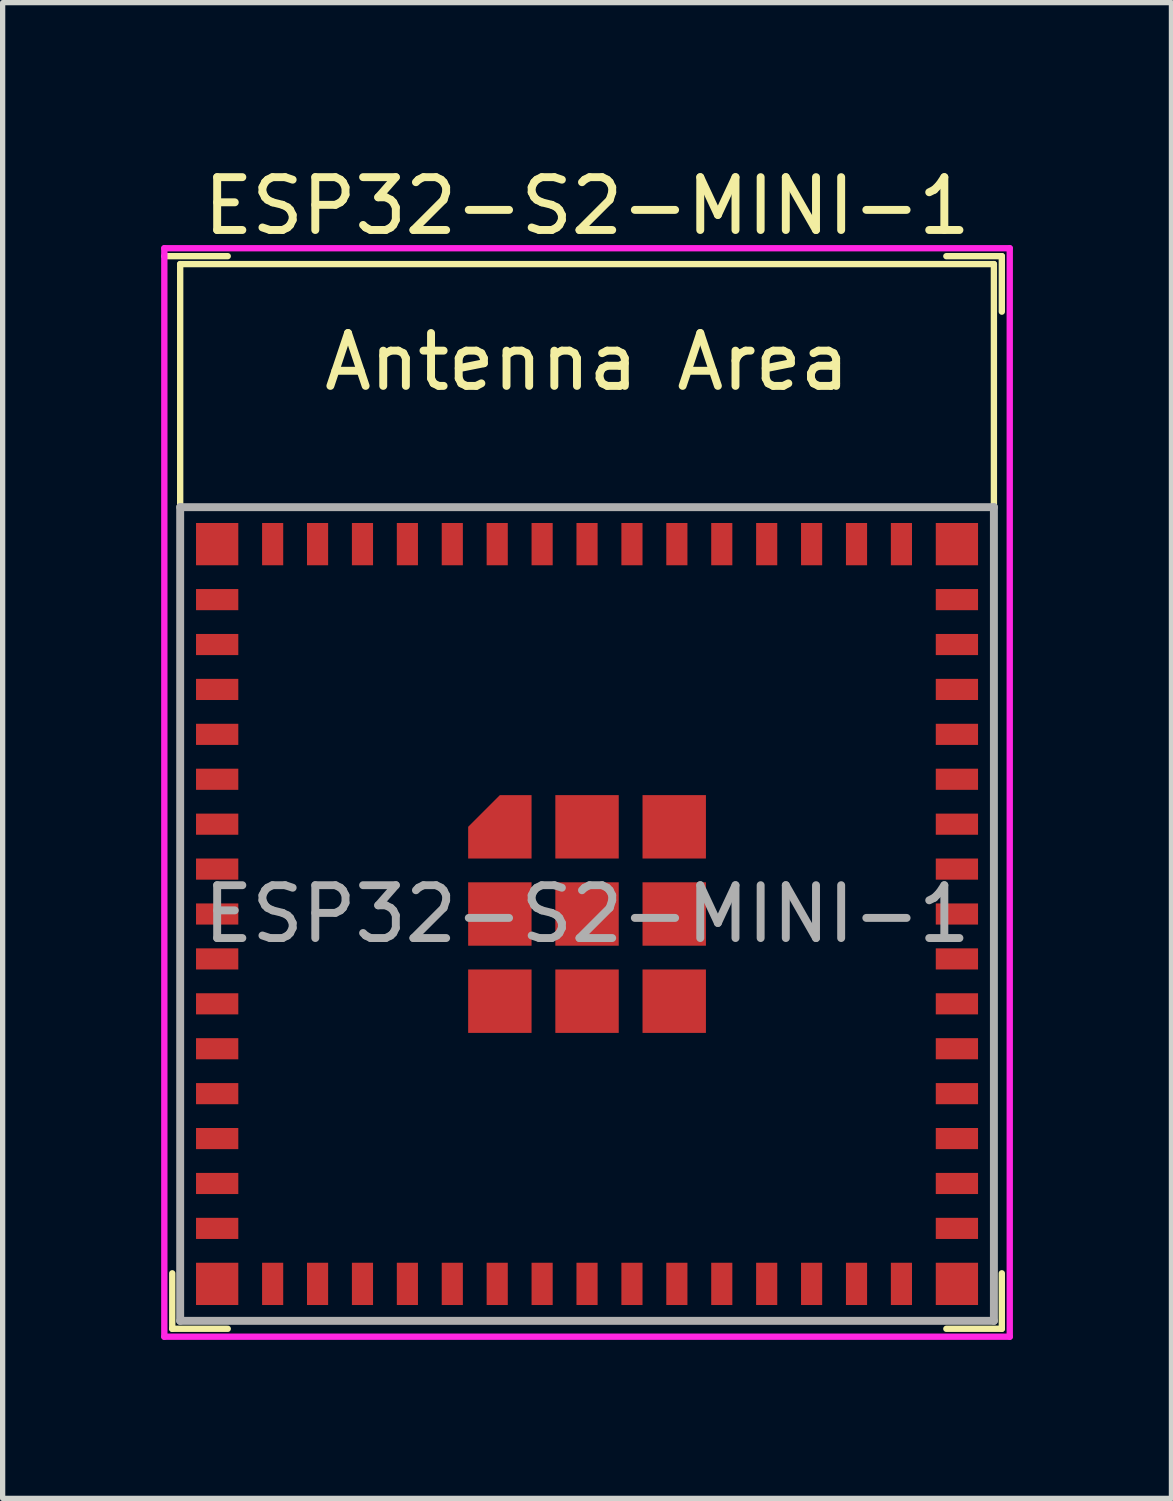
<source format=kicad_pcb>
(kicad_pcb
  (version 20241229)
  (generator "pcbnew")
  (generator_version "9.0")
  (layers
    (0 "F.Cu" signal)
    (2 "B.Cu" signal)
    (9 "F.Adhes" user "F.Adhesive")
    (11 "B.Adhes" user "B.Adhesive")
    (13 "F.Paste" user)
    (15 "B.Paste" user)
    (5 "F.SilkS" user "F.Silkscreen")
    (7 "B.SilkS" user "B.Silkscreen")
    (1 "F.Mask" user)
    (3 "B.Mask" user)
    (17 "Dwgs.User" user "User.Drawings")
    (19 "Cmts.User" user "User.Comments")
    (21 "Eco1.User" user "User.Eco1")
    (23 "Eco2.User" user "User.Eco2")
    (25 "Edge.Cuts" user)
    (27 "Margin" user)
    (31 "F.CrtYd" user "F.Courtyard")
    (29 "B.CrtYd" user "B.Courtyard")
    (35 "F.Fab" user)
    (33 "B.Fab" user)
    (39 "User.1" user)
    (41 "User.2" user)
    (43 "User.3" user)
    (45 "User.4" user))
  (footprint "ESP32-S2-MINI-1"
    (layer "F.Cu")
    (at 8.06 14.248)
    (property "Reference" "ESP32-S2-MINI-1" (at 0 -13.4 0) (layer "F.SilkS") (effects (font (size 1 1) (thickness 0.15))))
    (attr smd)
    (fp_line (start -7.85 7.85) (end -7.85 6.8) (stroke (width 0.12) (type solid)) (layer "F.SilkS"))
    (fp_line (start -7.7 -12.3) (end -7.7 -7.7) (stroke (width 0.12) (type solid)) (layer "F.SilkS"))
    (fp_line (start -7.7 -12.3) (end 7.7 -12.3) (stroke (width 0.12) (type solid)) (layer "F.SilkS"))
    (fp_line (start -7.7 7.7) (end -7.7 -7.7) (stroke (width 0.12) (type solid)) (layer "F.SilkS"))
    (fp_line (start -6.8 -12.45) (end -8 -12.45) (stroke (width 0.12) (type solid)) (layer "F.SilkS"))
    (fp_line (start -6.8 7.85) (end -7.85 7.85) (stroke (width 0.12) (type solid)) (layer "F.SilkS"))
    (fp_line (start 6.8 -12.45) (end 7.85 -12.45) (stroke (width 0.12) (type solid)) (layer "F.SilkS"))
    (fp_line (start 6.8 7.85) (end 7.85 7.85) (stroke (width 0.12) (type solid)) (layer "F.SilkS"))
    (fp_line (start 7.7 -12.3) (end 7.7 -7.7) (stroke (width 0.12) (type solid)) (layer "F.SilkS"))
    (fp_line (start 7.7 -7.7) (end 7.7 7.7) (stroke (width 0.12) (type solid)) (layer "F.SilkS"))
    (fp_line (start 7.7 7.7) (end -7.7 7.7) (stroke (width 0.12) (type solid)) (layer "F.SilkS"))
    (fp_line (start 7.85 -12.45) (end 7.85 -11.4) (stroke (width 0.12) (type solid)) (layer "F.SilkS"))
    (fp_line (start 7.85 7.85) (end 7.85 6.8) (stroke (width 0.12) (type solid)) (layer "F.SilkS"))
    (fp_line (start -8 -12.6) (end -8 8) (stroke (width 0.12) (type solid)) (layer "F.CrtYd"))
    (fp_line (start -8 8) (end 8 8) (stroke (width 0.12) (type solid)) (layer "F.CrtYd"))
    (fp_line (start 8 -12.6) (end -8 -12.6) (stroke (width 0.12) (type solid)) (layer "F.CrtYd"))
    (fp_line (start 8 8) (end 8 -12.6) (stroke (width 0.12) (type solid)) (layer "F.CrtYd"))
    (fp_line (start -7.7 -7.7) (end -7.7 7.7) (stroke (width 0.15) (type solid)) (layer "F.Fab"))
    (fp_line (start -7.7 7.7) (end 7.7 7.7) (stroke (width 0.15) (type solid)) (layer "F.Fab"))
    (fp_line (start 7.7 -7.7) (end -7.7 -7.7) (stroke (width 0.15) (type solid)) (layer "F.Fab"))
    (fp_line (start 7.7 7.7) (end 7.7 -7.7) (stroke (width 0.15) (type solid)) (layer "F.Fab"))
    (fp_text user "Antenna Area" (at 0 -10.45 0) (layer "F.SilkS") (effects (font (size 1 1) (thickness 0.15))))
    (fp_text user "${REFERENCE}" (at 0 0 0) (layer "F.Fab") (effects (font (size 1 1) (thickness 0.15))))
    (pad "1" smd rect (at -7 -5.95 90) (size 0.4 0.8) (layers "F.Cu" "F.Mask" "F.Paste"))
    (pad "2" smd rect (at -7 -5.1 90) (size 0.4 0.8) (layers "F.Cu" "F.Mask" "F.Paste"))
    (pad "3" smd rect (at -7 -4.25 90) (size 0.4 0.8) (layers "F.Cu" "F.Mask" "F.Paste"))
    (pad "4" smd rect (at -7 -3.4 90) (size 0.4 0.8) (layers "F.Cu" "F.Mask" "F.Paste"))
    (pad "5" smd rect (at -7 -2.55 90) (size 0.4 0.8) (layers "F.Cu" "F.Mask" "F.Paste"))
    (pad "6" smd rect (at -7 -1.7 90) (size 0.4 0.8) (layers "F.Cu" "F.Mask" "F.Paste"))
    (pad "7" smd rect (at -7 -0.85 90) (size 0.4 0.8) (layers "F.Cu" "F.Mask" "F.Paste"))
    (pad "8" smd rect (at -7 0 90) (size 0.4 0.8) (layers "F.Cu" "F.Mask" "F.Paste"))
    (pad "9" smd rect (at -7 0.85 90) (size 0.4 0.8) (layers "F.Cu" "F.Mask" "F.Paste"))
    (pad "10" smd rect (at -7 1.7 90) (size 0.4 0.8) (layers "F.Cu" "F.Mask" "F.Paste"))
    (pad "11" smd rect (at -7 2.55 90) (size 0.4 0.8) (layers "F.Cu" "F.Mask" "F.Paste"))
    (pad "12" smd rect (at -7 3.4 90) (size 0.4 0.8) (layers "F.Cu" "F.Mask" "F.Paste"))
    (pad "13" smd rect (at -7 4.25 90) (size 0.4 0.8) (layers "F.Cu" "F.Mask" "F.Paste"))
    (pad "14" smd rect (at -7 5.1 90) (size 0.4 0.8) (layers "F.Cu" "F.Mask" "F.Paste"))
    (pad "15" smd rect (at -7 5.95 90) (size 0.4 0.8) (layers "F.Cu" "F.Mask" "F.Paste"))
    (pad "16" smd rect (at -5.95 7) (size 0.4 0.8) (layers "F.Cu" "F.Mask" "F.Paste"))
    (pad "17" smd rect (at -5.1 7) (size 0.4 0.8) (layers "F.Cu" "F.Mask" "F.Paste"))
    (pad "18" smd rect (at -4.25 7) (size 0.4 0.8) (layers "F.Cu" "F.Mask" "F.Paste"))
    (pad "19" smd rect (at -3.4 7) (size 0.4 0.8) (layers "F.Cu" "F.Mask" "F.Paste"))
    (pad "20" smd rect (at -2.55 7) (size 0.4 0.8) (layers "F.Cu" "F.Mask" "F.Paste"))
    (pad "21" smd rect (at -1.7 7) (size 0.4 0.8) (layers "F.Cu" "F.Mask" "F.Paste"))
    (pad "22" smd rect (at -0.85 7) (size 0.4 0.8) (layers "F.Cu" "F.Mask" "F.Paste"))
    (pad "23" smd rect (at 0 7) (size 0.4 0.8) (layers "F.Cu" "F.Mask" "F.Paste"))
    (pad "24" smd rect (at 0.85 7) (size 0.4 0.8) (layers "F.Cu" "F.Mask" "F.Paste"))
    (pad "25" smd rect (at 1.7 7) (size 0.4 0.8) (layers "F.Cu" "F.Mask" "F.Paste"))
    (pad "26" smd rect (at 2.55 7) (size 0.4 0.8) (layers "F.Cu" "F.Mask" "F.Paste"))
    (pad "27" smd rect (at 3.4 7) (size 0.4 0.8) (layers "F.Cu" "F.Mask" "F.Paste"))
    (pad "28" smd rect (at 4.25 7) (size 0.4 0.8) (layers "F.Cu" "F.Mask" "F.Paste"))
    (pad "29" smd rect (at 5.1 7) (size 0.4 0.8) (layers "F.Cu" "F.Mask" "F.Paste"))
    (pad "30" smd rect (at 5.95 7) (size 0.4 0.8) (layers "F.Cu" "F.Mask" "F.Paste"))
    (pad "31" smd rect (at 7 5.95 90) (size 0.4 0.8) (layers "F.Cu" "F.Mask" "F.Paste"))
    (pad "32" smd rect (at 7 5.1 90) (size 0.4 0.8) (layers "F.Cu" "F.Mask" "F.Paste"))
    (pad "33" smd rect (at 7 4.25 90) (size 0.4 0.8) (layers "F.Cu" "F.Mask" "F.Paste"))
    (pad "34" smd rect (at 7 3.4 90) (size 0.4 0.8) (layers "F.Cu" "F.Mask" "F.Paste"))
    (pad "35" smd rect (at 7 2.55 90) (size 0.4 0.8) (layers "F.Cu" "F.Mask" "F.Paste"))
    (pad "36" smd rect (at 7 1.7 90) (size 0.4 0.8) (layers "F.Cu" "F.Mask" "F.Paste"))
    (pad "37" smd rect (at 7 0.85 90) (size 0.4 0.8) (layers "F.Cu" "F.Mask" "F.Paste"))
    (pad "38" smd rect (at 7 0 90) (size 0.4 0.8) (layers "F.Cu" "F.Mask" "F.Paste"))
    (pad "39" smd rect (at 7 -0.85 90) (size 0.4 0.8) (layers "F.Cu" "F.Mask" "F.Paste"))
    (pad "40" smd rect (at 7 -1.7 90) (size 0.4 0.8) (layers "F.Cu" "F.Mask" "F.Paste"))
    (pad "41" smd rect (at 7 -2.55 90) (size 0.4 0.8) (layers "F.Cu" "F.Mask" "F.Paste"))
    (pad "42" smd rect (at 7 -3.4 90) (size 0.4 0.8) (layers "F.Cu" "F.Mask" "F.Paste"))
    (pad "43" smd rect (at 7 -4.25 90) (size 0.4 0.8) (layers "F.Cu" "F.Mask" "F.Paste"))
    (pad "44" smd rect (at 7 -5.1 90) (size 0.4 0.8) (layers "F.Cu" "F.Mask" "F.Paste"))
    (pad "45" smd rect (at 7 -5.95 90) (size 0.4 0.8) (layers "F.Cu" "F.Mask" "F.Paste"))
    (pad "46" smd rect (at 5.95 -7) (size 0.4 0.8) (layers "F.Cu" "F.Mask" "F.Paste"))
    (pad "47" smd rect (at 5.1 -7) (size 0.4 0.8) (layers "F.Cu" "F.Mask" "F.Paste"))
    (pad "48" smd rect (at 4.25 -7) (size 0.4 0.8) (layers "F.Cu" "F.Mask" "F.Paste"))
    (pad "49" smd rect (at 3.4 -7) (size 0.4 0.8) (layers "F.Cu" "F.Mask" "F.Paste"))
    (pad "50" smd rect (at 2.55 -7) (size 0.4 0.8) (layers "F.Cu" "F.Mask" "F.Paste"))
    (pad "51" smd rect (at 1.7 -7) (size 0.4 0.8) (layers "F.Cu" "F.Mask" "F.Paste"))
    (pad "52" smd rect (at 0.85 -7) (size 0.4 0.8) (layers "F.Cu" "F.Mask" "F.Paste"))
    (pad "53" smd rect (at 0 -7) (size 0.4 0.8) (layers "F.Cu" "F.Mask" "F.Paste"))
    (pad "54" smd rect (at -0.85 -7) (size 0.4 0.8) (layers "F.Cu" "F.Mask" "F.Paste"))
    (pad "55" smd rect (at -1.7 -7) (size 0.4 0.8) (layers "F.Cu" "F.Mask" "F.Paste"))
    (pad "56" smd rect (at -2.55 -7) (size 0.4 0.8) (layers "F.Cu" "F.Mask" "F.Paste"))
    (pad "57" smd rect (at -3.4 -7) (size 0.4 0.8) (layers "F.Cu" "F.Mask" "F.Paste"))
    (pad "58" smd rect (at -4.25 -7) (size 0.4 0.8) (layers "F.Cu" "F.Mask" "F.Paste"))
    (pad "59" smd rect (at -5.1 -7) (size 0.4 0.8) (layers "F.Cu" "F.Mask" "F.Paste"))
    (pad "60" smd rect (at -5.95 -7) (size 0.4 0.8) (layers "F.Cu" "F.Mask" "F.Paste"))
    (pad "61" smd custom (at -1.65 -1.65) (size 0.6 0.6) (layers "F.Cu" "F.Mask" "F.Paste") (options (anchor rect)) (primitives (gr_poly (pts (xy 0.6 0.6) (xy -0.6 0.6) (xy -0.6 0) (xy 0 -0.6) (xy 0.6 -0.6)) (width 0) (fill yes))))
    (pad "61" smd rect (at -1.65 0) (size 1.2 1.2) (layers "F.Cu" "F.Mask" "F.Paste"))
    (pad "61" smd rect (at -1.65 1.65) (size 1.2 1.2) (layers "F.Cu" "F.Mask" "F.Paste"))
    (pad "61" smd rect (at 0 -1.65) (size 1.2 1.2) (layers "F.Cu" "F.Mask" "F.Paste"))
    (pad "61" smd rect (at 0 0) (size 1.2 1.2) (layers "F.Cu" "F.Mask" "F.Paste"))
    (pad "61" smd rect (at 0 1.65) (size 1.2 1.2) (layers "F.Cu" "F.Mask" "F.Paste"))
    (pad "61" smd rect (at 1.65 -1.65) (size 1.2 1.2) (layers "F.Cu" "F.Mask" "F.Paste"))
    (pad "61" smd rect (at 1.65 0) (size 1.2 1.2) (layers "F.Cu" "F.Mask" "F.Paste"))
    (pad "61" smd rect (at 1.65 1.65) (size 1.2 1.2) (layers "F.Cu" "F.Mask" "F.Paste"))
    (pad "62" smd rect (at -7 -7 180) (size 0.8 0.8) (layers "F.Cu" "F.Mask" "F.Paste"))
    (pad "63" smd rect (at -7 7 180) (size 0.8 0.8) (layers "F.Cu" "F.Mask" "F.Paste"))
    (pad "64" smd rect (at 7 7 180) (size 0.8 0.8) (layers "F.Cu" "F.Mask" "F.Paste"))
    (pad "65" smd rect (at 7 -7 180) (size 0.8 0.8) (layers "F.Cu" "F.Mask" "F.Paste")))
  (gr_rect
    (start -3 -3)
    (end 19.12 25.308)
    (stroke (width 0.1) (type default))
    (fill no)
    (layer "Edge.Cuts")))
</source>
